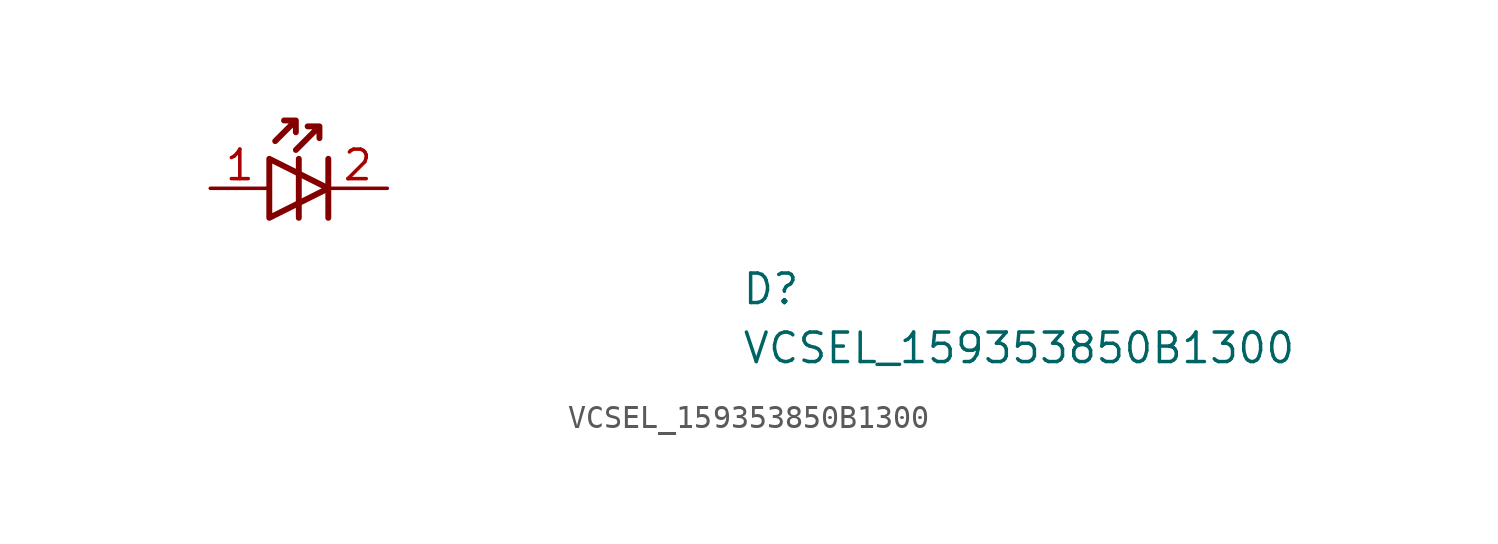
<source format=kicad_sym>
(kicad_symbol_lib
  (version 20211014)
  (generator kicad_symbol_editor)
  (symbol "VCSEL_159353850B1300"
    (pin_names hide)
    (property "Reference" "D"
      (at 22.86 -5.08 0)
      (effects (font (size 1.27 1.27) (thickness 0.15)) (justify left bottom)))
    (property "Value" "VCSEL_159353850B1300"
      (at 22.86 -7.62 0)
      (effects (font (size 1.27 1.27) (thickness 0.15)) (justify left bottom)))
    (symbol "VCSEL_159353850B1300_1_1"
      (polyline (pts (xy 3.81 1.27) (xy 3.81 -1.27)) (stroke (width 0.254) (type default) (color 0 0 0 0)) (fill (type none)))
      (polyline (pts (xy 5.08 1.27) (xy 5.08 -1.27)) (stroke (width 0.254) (type default) (color 0 0 0 0)) (fill (type none)))
      (polyline (pts (xy 2.54 1.27) (xy 2.54 -1.27) (xy 5.08 0) (xy 2.54 1.27)) (stroke (width 0.254) (type default) (color 0 0 0 0)) (fill (type none)))
      (polyline (pts (xy 3.683 2.921) (xy 3.683 2.413) (xy 3.683 2.921) (xy 3.175 2.921) (xy 3.683 2.921) (xy 2.794 2.032)) (stroke (width 0.254) (type default) (color 0 0 0 0)) (fill (type none)))
      (polyline (pts (xy 4.699 2.667) (xy 4.699 2.159) (xy 4.699 2.667) (xy 4.191 2.667) (xy 4.699 2.667) (xy 3.683 1.651)) (stroke (width 0.254) (type default) (color 0 0 0 0)) (fill (type none)))
      (pin passive line (at 0 0 0) (length 2.54) (name "1" (effects (font (size 1.27 1.27)))) (number "1" (effects (font (size 1.27 1.27)))))
      (pin passive line (at 7.62 0 180) (length 2.54) (name "2" (effects (font (size 1.27 1.27)))) (number "2" (effects (font (size 1.27 1.27))))))))
</source>
